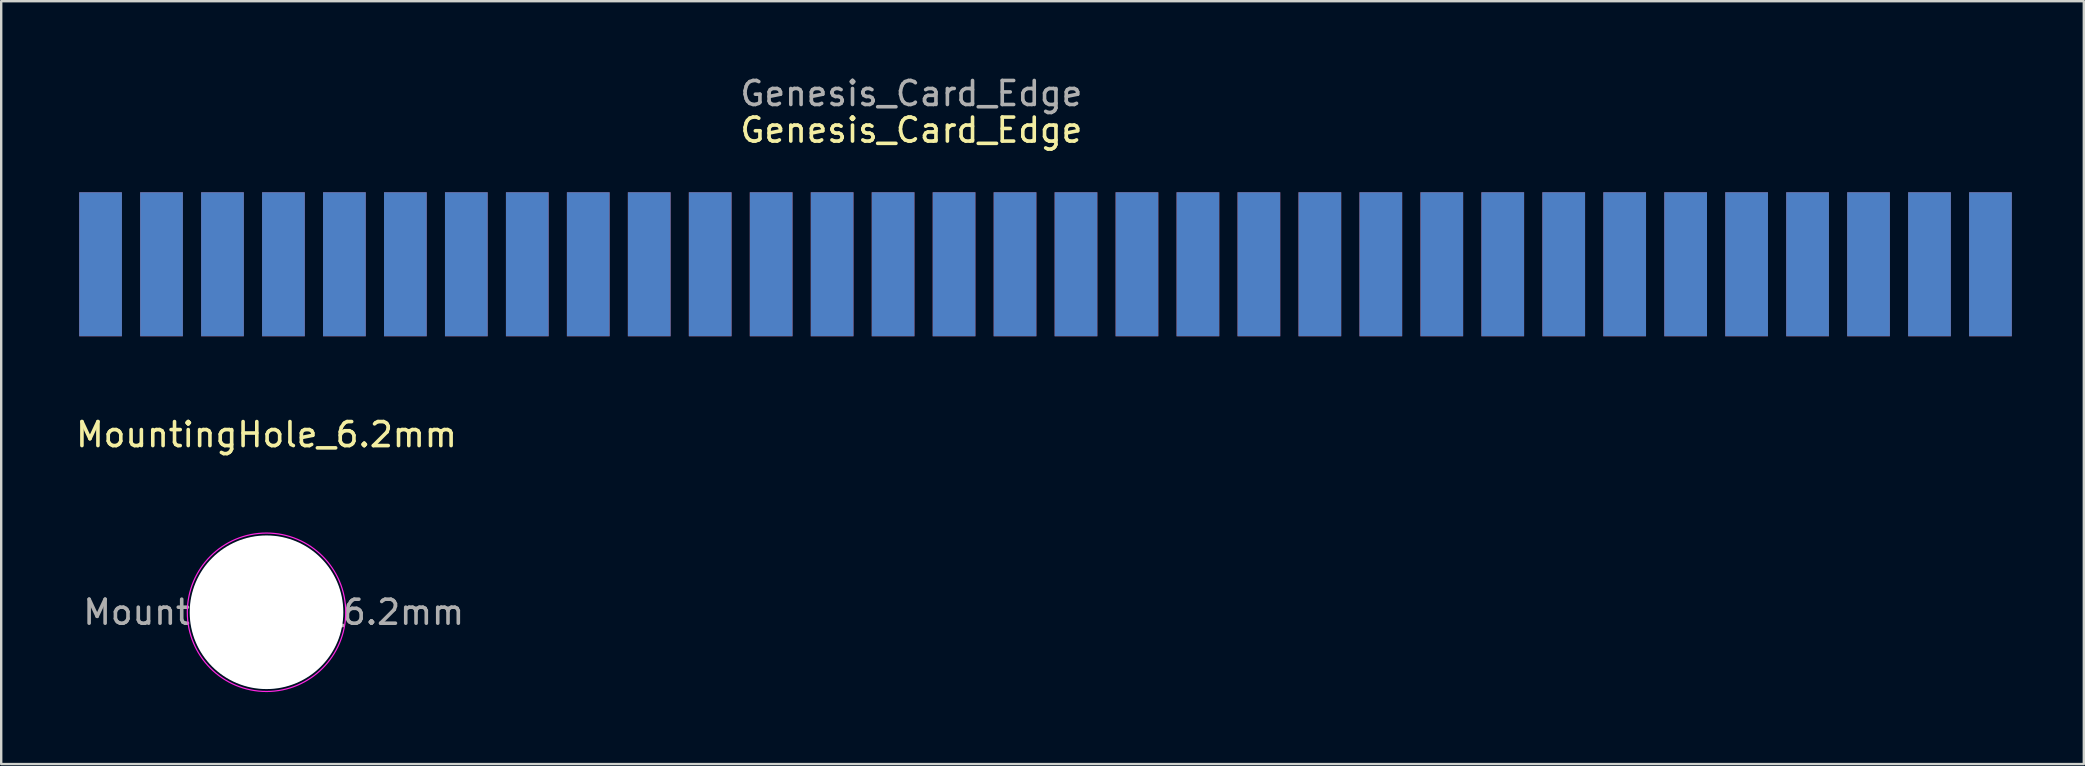
<source format=kicad_pcb>
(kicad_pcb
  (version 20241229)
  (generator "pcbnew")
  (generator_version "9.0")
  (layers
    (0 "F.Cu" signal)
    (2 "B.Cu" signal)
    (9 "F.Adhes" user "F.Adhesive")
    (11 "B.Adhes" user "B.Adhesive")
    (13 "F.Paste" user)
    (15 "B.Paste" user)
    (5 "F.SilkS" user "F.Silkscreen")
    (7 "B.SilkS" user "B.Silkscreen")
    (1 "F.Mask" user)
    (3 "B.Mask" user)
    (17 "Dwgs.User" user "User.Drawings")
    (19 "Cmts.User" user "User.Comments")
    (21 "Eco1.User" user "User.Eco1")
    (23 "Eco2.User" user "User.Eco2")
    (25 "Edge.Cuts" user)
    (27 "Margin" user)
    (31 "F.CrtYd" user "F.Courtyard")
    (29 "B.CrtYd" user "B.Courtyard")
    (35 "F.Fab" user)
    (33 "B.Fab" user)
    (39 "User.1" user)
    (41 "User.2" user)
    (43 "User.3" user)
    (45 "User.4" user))
  (footprint "Genesis_Card_Edge"
    (layer "F.Cu")
    (at 0.25 10.96)
    (property "Reference" "Genesis_Card_Edge" (at 34.671 -8.588 0) (layer "F.SilkS") (effects (font (size 1 1) (thickness 0.15))))
    (attr exclude_from_pos_files exclude_from_bom)
    (fp_text user "${REFERENCE}" (at 34.671 -10.112 0) (layer "F.Fab") (effects (font (size 1 1) (thickness 0.15))))
    (pad "A1" connect rect (at 0.889 -3) (size 1.78 6) (layers "B.Cu" "B.Mask"))
    (pad "A2" connect rect (at 3.429 -3) (size 1.78 6) (layers "B.Cu" "B.Mask"))
    (pad "A3" connect rect (at 5.969 -3) (size 1.78 6) (layers "B.Cu" "B.Mask"))
    (pad "A4" connect rect (at 8.509 -3) (size 1.78 6) (layers "B.Cu" "B.Mask"))
    (pad "A5" connect rect (at 11.049 -3) (size 1.78 6) (layers "B.Cu" "B.Mask"))
    (pad "A6" connect rect (at 13.589 -3) (size 1.78 6) (layers "B.Cu" "B.Mask"))
    (pad "A7" connect rect (at 16.129 -3) (size 1.78 6) (layers "B.Cu" "B.Mask"))
    (pad "A8" connect rect (at 18.669 -3) (size 1.78 6) (layers "B.Cu" "B.Mask"))
    (pad "A9" connect rect (at 21.209 -3) (size 1.78 6) (layers "B.Cu" "B.Mask"))
    (pad "A10" connect rect (at 23.749 -3) (size 1.78 6) (layers "B.Cu" "B.Mask"))
    (pad "A11" connect rect (at 26.289 -3) (size 1.78 6) (layers "B.Cu" "B.Mask"))
    (pad "A12" connect rect (at 28.829 -3) (size 1.78 6) (layers "B.Cu" "B.Mask"))
    (pad "A13" connect rect (at 31.369 -3) (size 1.78 6) (layers "B.Cu" "B.Mask"))
    (pad "A14" connect rect (at 33.909 -3) (size 1.78 6) (layers "B.Cu" "B.Mask"))
    (pad "A15" connect rect (at 36.449 -3) (size 1.78 6) (layers "B.Cu" "B.Mask"))
    (pad "A16" connect rect (at 38.989 -3) (size 1.78 6) (layers "B.Cu" "B.Mask"))
    (pad "A17" connect rect (at 41.529 -3) (size 1.78 6) (layers "B.Cu" "B.Mask"))
    (pad "A18" connect rect (at 44.069 -3) (size 1.78 6) (layers "B.Cu" "B.Mask"))
    (pad "A19" connect rect (at 46.609 -3) (size 1.78 6) (layers "B.Cu" "B.Mask"))
    (pad "A20" connect rect (at 49.149 -3) (size 1.78 6) (layers "B.Cu" "B.Mask"))
    (pad "A21" connect rect (at 51.689 -3) (size 1.78 6) (layers "B.Cu" "B.Mask"))
    (pad "A22" connect rect (at 54.229 -3) (size 1.78 6) (layers "B.Cu" "B.Mask"))
    (pad "A23" connect rect (at 56.769 -3) (size 1.78 6) (layers "B.Cu" "B.Mask"))
    (pad "A24" connect rect (at 59.309 -3) (size 1.78 6) (layers "B.Cu" "B.Mask"))
    (pad "A25" connect rect (at 61.849 -3) (size 1.78 6) (layers "B.Cu" "B.Mask"))
    (pad "A26" connect rect (at 64.389 -3) (size 1.78 6) (layers "B.Cu" "B.Mask"))
    (pad "A27" connect rect (at 66.929 -3) (size 1.78 6) (layers "B.Cu" "B.Mask"))
    (pad "A28" connect rect (at 69.469 -3) (size 1.78 6) (layers "B.Cu" "B.Mask"))
    (pad "A29" connect rect (at 72.009 -3) (size 1.78 6) (layers "B.Cu" "B.Mask"))
    (pad "A30" connect rect (at 74.549 -3) (size 1.78 6) (layers "B.Cu" "B.Mask"))
    (pad "A31" connect rect (at 77.089 -3) (size 1.78 6) (layers "B.Cu" "B.Mask"))
    (pad "A32" connect rect (at 79.629 -3) (size 1.78 6) (layers "B.Cu" "B.Mask"))
    (pad "B1" connect rect (at 0.889 -3) (size 1.78 6) (layers "F.Cu" "F.Mask"))
    (pad "B2" connect rect (at 3.429 -3) (size 1.78 6) (layers "F.Cu" "F.Mask"))
    (pad "B3" connect rect (at 5.969 -3) (size 1.78 6) (layers "F.Cu" "F.Mask"))
    (pad "B4" connect rect (at 8.509 -3) (size 1.78 6) (layers "F.Cu" "F.Mask"))
    (pad "B5" connect rect (at 11.049 -3) (size 1.78 6) (layers "F.Cu" "F.Mask"))
    (pad "B6" connect rect (at 13.589 -3) (size 1.78 6) (layers "F.Cu" "F.Mask"))
    (pad "B7" connect rect (at 16.129 -3) (size 1.78 6) (layers "F.Cu" "F.Mask"))
    (pad "B8" connect rect (at 18.669 -3) (size 1.78 6) (layers "F.Cu" "F.Mask"))
    (pad "B9" connect rect (at 21.209 -3) (size 1.78 6) (layers "F.Cu" "F.Mask"))
    (pad "B10" connect rect (at 23.749 -3) (size 1.78 6) (layers "F.Cu" "F.Mask"))
    (pad "B11" connect rect (at 26.289 -3) (size 1.78 6) (layers "F.Cu" "F.Mask"))
    (pad "B12" connect rect (at 28.829 -3) (size 1.78 6) (layers "F.Cu" "F.Mask"))
    (pad "B13" connect rect (at 31.369 -3) (size 1.78 6) (layers "F.Cu" "F.Mask"))
    (pad "B14" connect rect (at 33.909 -3) (size 1.78 6) (layers "F.Cu" "F.Mask"))
    (pad "B15" connect rect (at 36.449 -3) (size 1.78 6) (layers "F.Cu" "F.Mask"))
    (pad "B16" connect rect (at 38.989 -3) (size 1.78 6) (layers "F.Cu" "F.Mask"))
    (pad "B17" connect rect (at 41.529 -3) (size 1.78 6) (layers "F.Cu" "F.Mask"))
    (pad "B18" connect rect (at 44.069 -3) (size 1.78 6) (layers "F.Cu" "F.Mask"))
    (pad "B19" connect rect (at 46.609 -3) (size 1.78 6) (layers "F.Cu" "F.Mask"))
    (pad "B20" connect rect (at 49.149 -3) (size 1.78 6) (layers "F.Cu" "F.Mask"))
    (pad "B21" connect rect (at 51.689 -3) (size 1.78 6) (layers "F.Cu" "F.Mask"))
    (pad "B22" connect rect (at 54.229 -3) (size 1.78 6) (layers "F.Cu" "F.Mask"))
    (pad "B23" connect rect (at 56.769 -3) (size 1.78 6) (layers "F.Cu" "F.Mask"))
    (pad "B24" connect rect (at 59.309 -3) (size 1.78 6) (layers "F.Cu" "F.Mask"))
    (pad "B25" connect rect (at 61.849 -3) (size 1.78 6) (layers "F.Cu" "F.Mask"))
    (pad "B26" connect rect (at 64.389 -3) (size 1.78 6) (layers "F.Cu" "F.Mask"))
    (pad "B27" connect rect (at 66.929 -3) (size 1.78 6) (layers "F.Cu" "F.Mask"))
    (pad "B28" connect rect (at 69.469 -3) (size 1.78 6) (layers "F.Cu" "F.Mask"))
    (pad "B29" connect rect (at 72.009 -3) (size 1.78 6) (layers "F.Cu" "F.Mask"))
    (pad "B30" connect rect (at 74.549 -3) (size 1.78 6) (layers "F.Cu" "F.Mask"))
    (pad "B31" connect rect (at 77.089 -3) (size 1.78 6) (layers "F.Cu" "F.Mask"))
    (pad "B32" connect rect (at 79.629 -3) (size 1.78 6) (layers "F.Cu" "F.Mask")))
  (footprint "MountingHole_6.2mm"
    (layer "F.Cu")
    (at 8.054 22.459)
    (property "Reference" "MountingHole_6.2mm" (at 0 -7.4 0) (layer "F.SilkS") (effects (font (size 1 1) (thickness 0.15))))
    (attr exclude_from_pos_files exclude_from_bom)
    (fp_circle (center 0 0) (end 3.1 0) (stroke (width 0.15) (type solid)) (fill no) (layer "Cmts.User"))
    (fp_circle (center 0 0) (end 3.3 0) (stroke (width 0.05) (type solid)) (fill no) (layer "F.CrtYd"))
    (fp_text user "${REFERENCE}" (at 0.3 0 0) (layer "F.Fab") (effects (font (size 1 1) (thickness 0.15))))
    (pad "" np_thru_hole circle (at 0 0) (size 6.4 6.4) (drill 6.4) (layers "*.Cu" "*.Mask")))
  (gr_rect
    (start -3 -3)
    (end 83.769 28.784)
    (stroke (width 0.1) (type default))
    (fill no)
    (layer "Edge.Cuts")))
</source>
